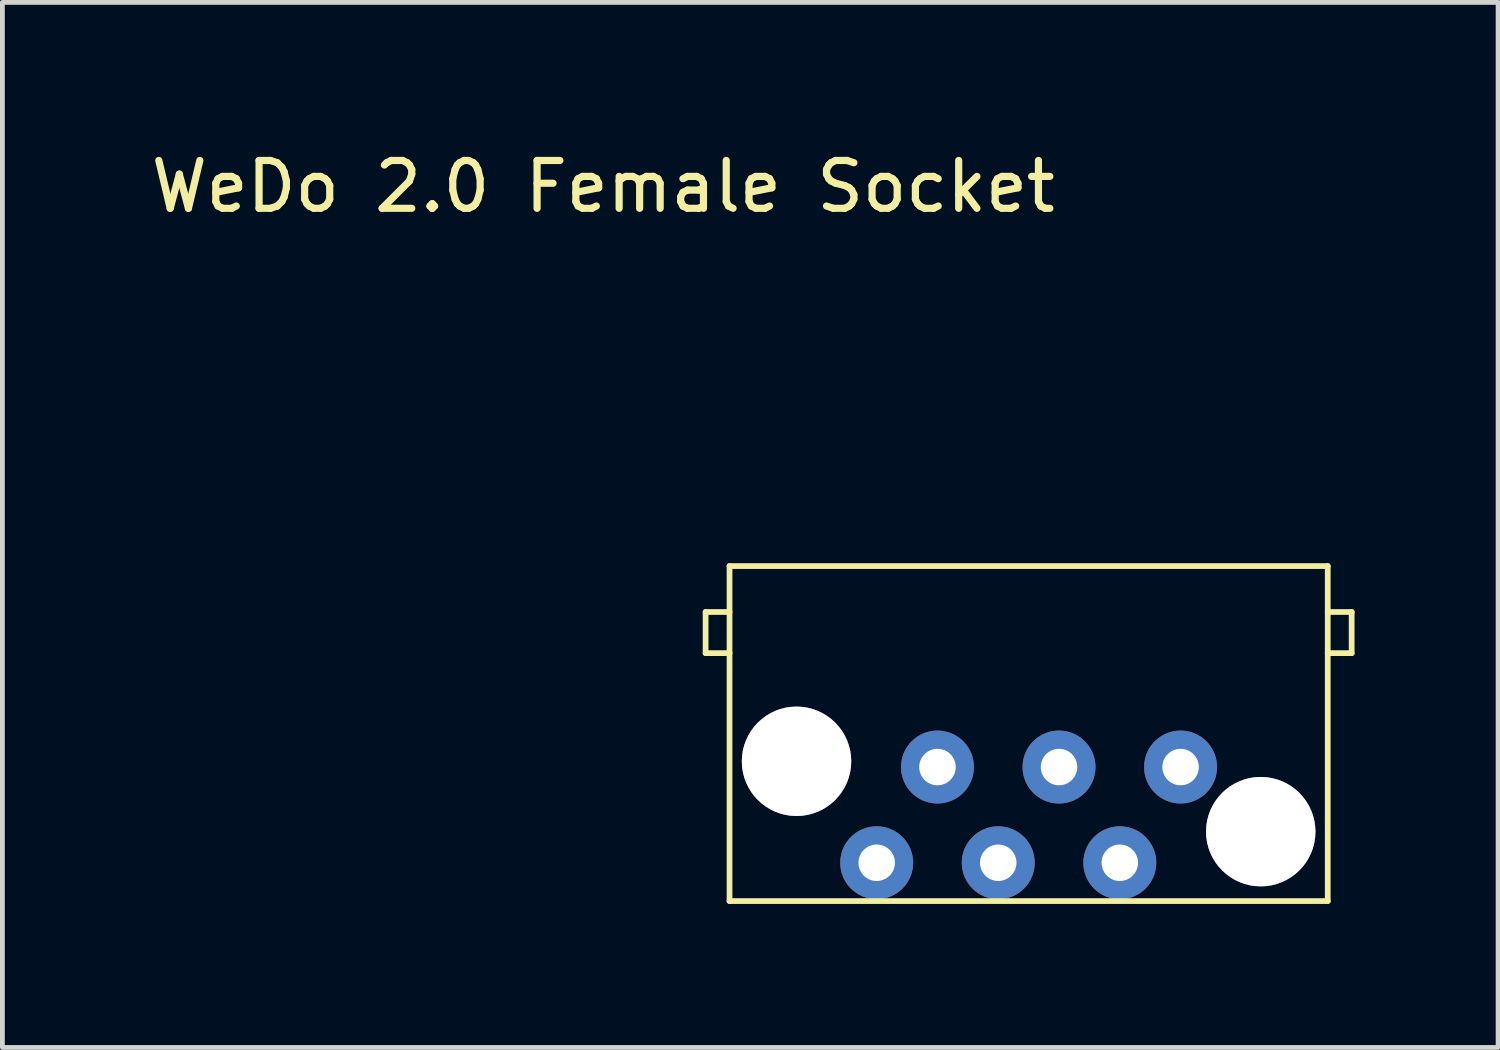
<source format=kicad_pcb>
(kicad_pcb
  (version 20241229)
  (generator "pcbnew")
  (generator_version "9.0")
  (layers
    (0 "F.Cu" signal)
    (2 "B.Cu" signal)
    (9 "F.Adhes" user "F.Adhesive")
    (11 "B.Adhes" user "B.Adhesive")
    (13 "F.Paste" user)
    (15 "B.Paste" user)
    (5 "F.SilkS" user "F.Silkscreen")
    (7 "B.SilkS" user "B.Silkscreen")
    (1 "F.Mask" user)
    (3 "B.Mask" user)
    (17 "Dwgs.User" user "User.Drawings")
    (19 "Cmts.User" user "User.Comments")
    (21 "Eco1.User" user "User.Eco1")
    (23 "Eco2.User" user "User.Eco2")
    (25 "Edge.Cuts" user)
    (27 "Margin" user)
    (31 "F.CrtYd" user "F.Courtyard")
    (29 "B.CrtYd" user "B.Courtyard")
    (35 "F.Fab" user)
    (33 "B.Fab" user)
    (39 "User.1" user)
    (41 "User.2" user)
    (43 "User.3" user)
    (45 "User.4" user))
  (footprint "WeDo 2.0 Female Socket"
    (layer "F.Cu")
    (at 18.444 12.278)
    (property "Reference" "WeDo 2.0 Female Socket" (at -8.89 -11.43 0) (layer "F.SilkS") (effects (font (size 1 1) (thickness 0.15))))
    (attr through_hole)
    (fp_line (start -6.75 -2.54) (end -6.75 -1.68) (stroke (width 0.12) (type solid)) (layer "F.SilkS"))
    (fp_line (start -6.75 -2.54) (end -6.25 -2.54) (stroke (width 0.12) (type solid)) (layer "F.SilkS"))
    (fp_line (start -6.75 -1.68) (end -6.25 -1.68) (stroke (width 0.12) (type solid)) (layer "F.SilkS"))
    (fp_line (start -6.25 -3.5) (end 6.25 -3.5) (stroke (width 0.12) (type solid)) (layer "F.SilkS"))
    (fp_line (start -6.25 3.5) (end -6.25 -3.5) (stroke (width 0.12) (type solid)) (layer "F.SilkS"))
    (fp_line (start 6.25 -3.5) (end 6.25 3.5) (stroke (width 0.12) (type solid)) (layer "F.SilkS"))
    (fp_line (start 6.25 -2.54) (end 6.75 -2.54) (stroke (width 0.12) (type solid)) (layer "F.SilkS"))
    (fp_line (start 6.25 -1.68) (end 6.75 -1.68) (stroke (width 0.12) (type solid)) (layer "F.SilkS"))
    (fp_line (start 6.25 3.5) (end -6.25 3.5) (stroke (width 0.12) (type solid)) (layer "F.SilkS"))
    (fp_line (start 6.75 -2.54) (end 6.75 -1.68) (stroke (width 0.12) (type solid)) (layer "F.SilkS"))
    (pad "" thru_hole circle (at -4.85 0.58) (size 2.286 2.286) (drill 2.286) (layers "*.Cu" "*.Mask"))
    (pad "" thru_hole circle (at 4.85 2.05) (size 2.286 2.286) (drill 2.286) (layers "*.Cu" "*.Mask"))
    (pad "1" thru_hole circle (at -3.175 2.7) (size 1.524 1.524) (drill 0.762) (layers "*.Cu" "*.Mask"))
    (pad "2" thru_hole circle (at -1.905 0.7) (size 1.524 1.524) (drill 0.762) (layers "*.Cu" "*.Mask"))
    (pad "3" thru_hole circle (at -0.635 2.7) (size 1.524 1.524) (drill 0.762) (layers "*.Cu" "*.Mask"))
    (pad "4" thru_hole circle (at 0.635 0.7) (size 1.524 1.524) (drill 0.762) (layers "*.Cu" "*.Mask"))
    (pad "5" thru_hole circle (at 1.905 2.7) (size 1.524 1.524) (drill 0.762) (layers "*.Cu" "*.Mask"))
    (pad "6" thru_hole circle (at 3.175 0.7) (size 1.524 1.524) (drill 0.762) (layers "*.Cu" "*.Mask")))
  (gr_rect
    (start -3 -3)
    (end 28.254 18.838)
    (stroke (width 0.1) (type default))
    (fill no)
    (layer "Edge.Cuts")))
</source>
